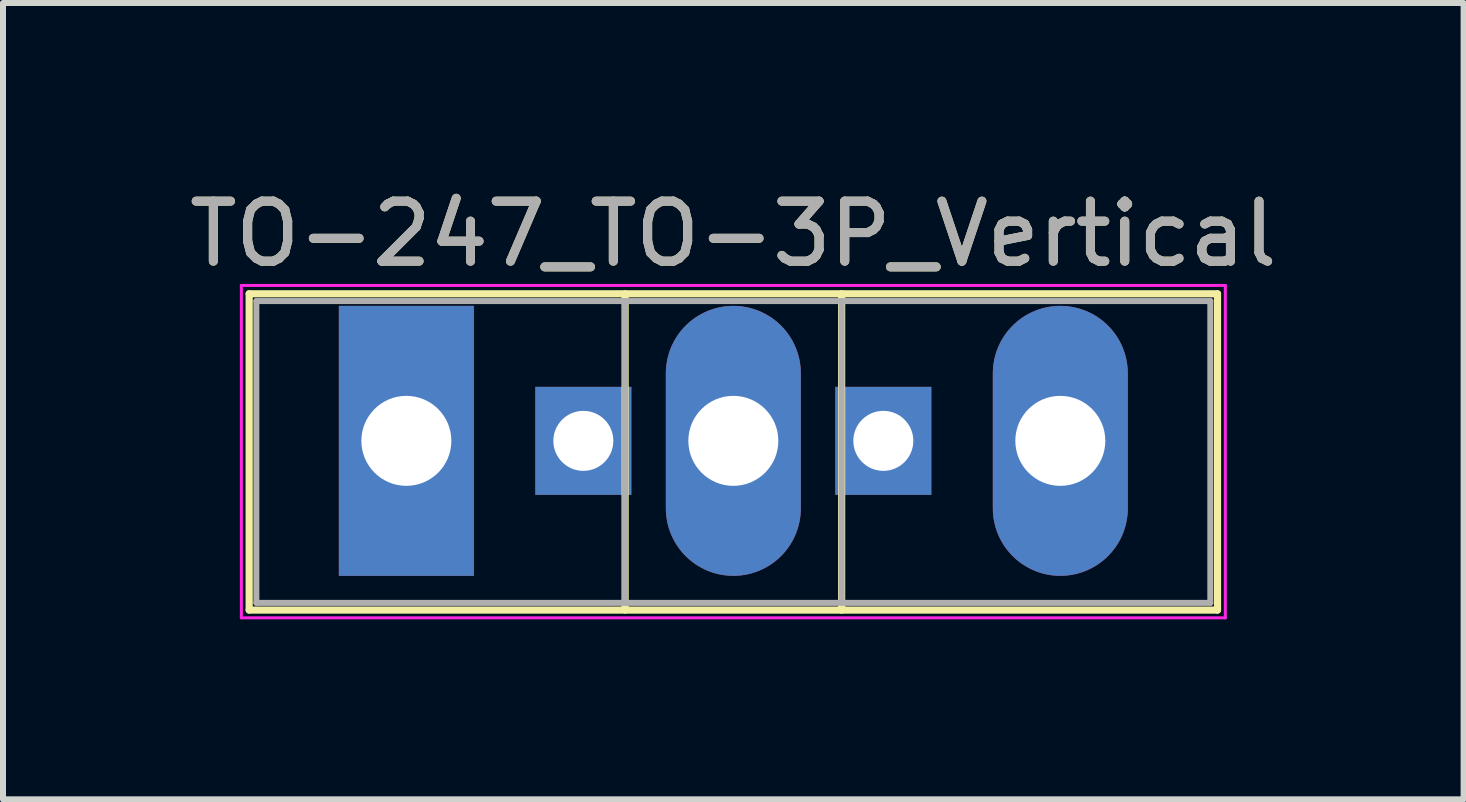
<source format=kicad_pcb>
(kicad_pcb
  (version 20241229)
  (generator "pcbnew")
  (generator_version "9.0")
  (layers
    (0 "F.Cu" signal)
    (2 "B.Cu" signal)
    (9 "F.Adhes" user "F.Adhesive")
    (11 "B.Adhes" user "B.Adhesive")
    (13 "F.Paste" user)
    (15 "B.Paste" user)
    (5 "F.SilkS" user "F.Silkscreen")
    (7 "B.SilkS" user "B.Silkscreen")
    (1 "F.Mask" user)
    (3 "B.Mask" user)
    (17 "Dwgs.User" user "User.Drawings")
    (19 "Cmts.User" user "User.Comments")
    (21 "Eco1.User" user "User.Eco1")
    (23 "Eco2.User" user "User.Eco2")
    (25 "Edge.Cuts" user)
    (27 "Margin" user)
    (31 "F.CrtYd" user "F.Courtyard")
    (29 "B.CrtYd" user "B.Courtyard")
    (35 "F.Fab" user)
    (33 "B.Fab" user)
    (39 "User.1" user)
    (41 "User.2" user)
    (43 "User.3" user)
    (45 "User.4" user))
  (footprint "TO-247_TO-3P_Vertical"
    (layer "F.Cu")
    (at 3.723 4.298)
    (property "Reference" "TO-247_TO-3P_Vertical" (at 5.45 -3.45 0) (layer "F.SilkS") (effects (font (size 1 1) (thickness 0.15))))
    (attr through_hole)
    (fp_line (start -2.62 -2.451) (end -2.62 2.82) (stroke (width 0.12) (type solid)) (layer "F.SilkS"))
    (fp_line (start -2.62 -2.451) (end 13.52 -2.451) (stroke (width 0.12) (type solid)) (layer "F.SilkS"))
    (fp_line (start -2.62 2.82) (end 13.52 2.82) (stroke (width 0.12) (type solid)) (layer "F.SilkS"))
    (fp_line (start 3.646 -2.451) (end 3.646 2.82) (stroke (width 0.12) (type solid)) (layer "F.SilkS"))
    (fp_line (start 7.255 -2.451) (end 7.255 2.82) (stroke (width 0.12) (type solid)) (layer "F.SilkS"))
    (fp_line (start 13.52 -2.451) (end 13.52 2.82) (stroke (width 0.12) (type solid)) (layer "F.SilkS"))
    (fp_line (start -2.75 -2.59) (end -2.75 2.95) (stroke (width 0.05) (type solid)) (layer "F.CrtYd"))
    (fp_line (start -2.75 2.95) (end 13.65 2.95) (stroke (width 0.05) (type solid)) (layer "F.CrtYd"))
    (fp_line (start 13.65 -2.59) (end -2.75 -2.59) (stroke (width 0.05) (type solid)) (layer "F.CrtYd"))
    (fp_line (start 13.65 2.95) (end 13.65 -2.59) (stroke (width 0.05) (type solid)) (layer "F.CrtYd"))
    (fp_line (start -2.5 -2.33) (end -2.5 2.7) (stroke (width 0.1) (type solid)) (layer "F.Fab"))
    (fp_line (start -2.5 2.7) (end 13.4 2.7) (stroke (width 0.1) (type solid)) (layer "F.Fab"))
    (fp_line (start 3.645 -2.33) (end 3.645 2.7) (stroke (width 0.1) (type solid)) (layer "F.Fab"))
    (fp_line (start 7.255 -2.33) (end 7.255 2.7) (stroke (width 0.1) (type solid)) (layer "F.Fab"))
    (fp_line (start 13.4 -2.33) (end -2.5 -2.33) (stroke (width 0.1) (type solid)) (layer "F.Fab"))
    (fp_line (start 13.4 2.7) (end 13.4 -2.33) (stroke (width 0.1) (type solid)) (layer "F.Fab"))
    (fp_text user "${REFERENCE}" (at 5.45 -3.45 0) (layer "F.Fab") (effects (font (size 1 1) (thickness 0.15))))
    (pad "1" thru_hole rect (at 0 0) (size 2.25 4.5) (drill 1.5) (layers "*.Cu" "*.Mask"))
    (pad "1" thru_hole rect (at 2.95 0) (size 1.6 1.8) (drill 1) (layers "*.Cu" "*.Mask"))
    (pad "2" thru_hole oval (at 5.45 0) (size 2.25 4.5) (drill 1.5) (layers "*.Cu" "*.Mask"))
    (pad "3" thru_hole rect (at 7.95 0) (size 1.6 1.8) (drill 1) (layers "*.Cu" "*.Mask"))
    (pad "3" thru_hole oval (at 10.9 0) (size 2.25 4.5) (drill 1.5) (layers "*.Cu" "*.Mask")))
  (gr_rect
    (start -3 -3)
    (end 21.345 10.273)
    (stroke (width 0.1) (type default))
    (fill no)
    (layer "Edge.Cuts")))
</source>
